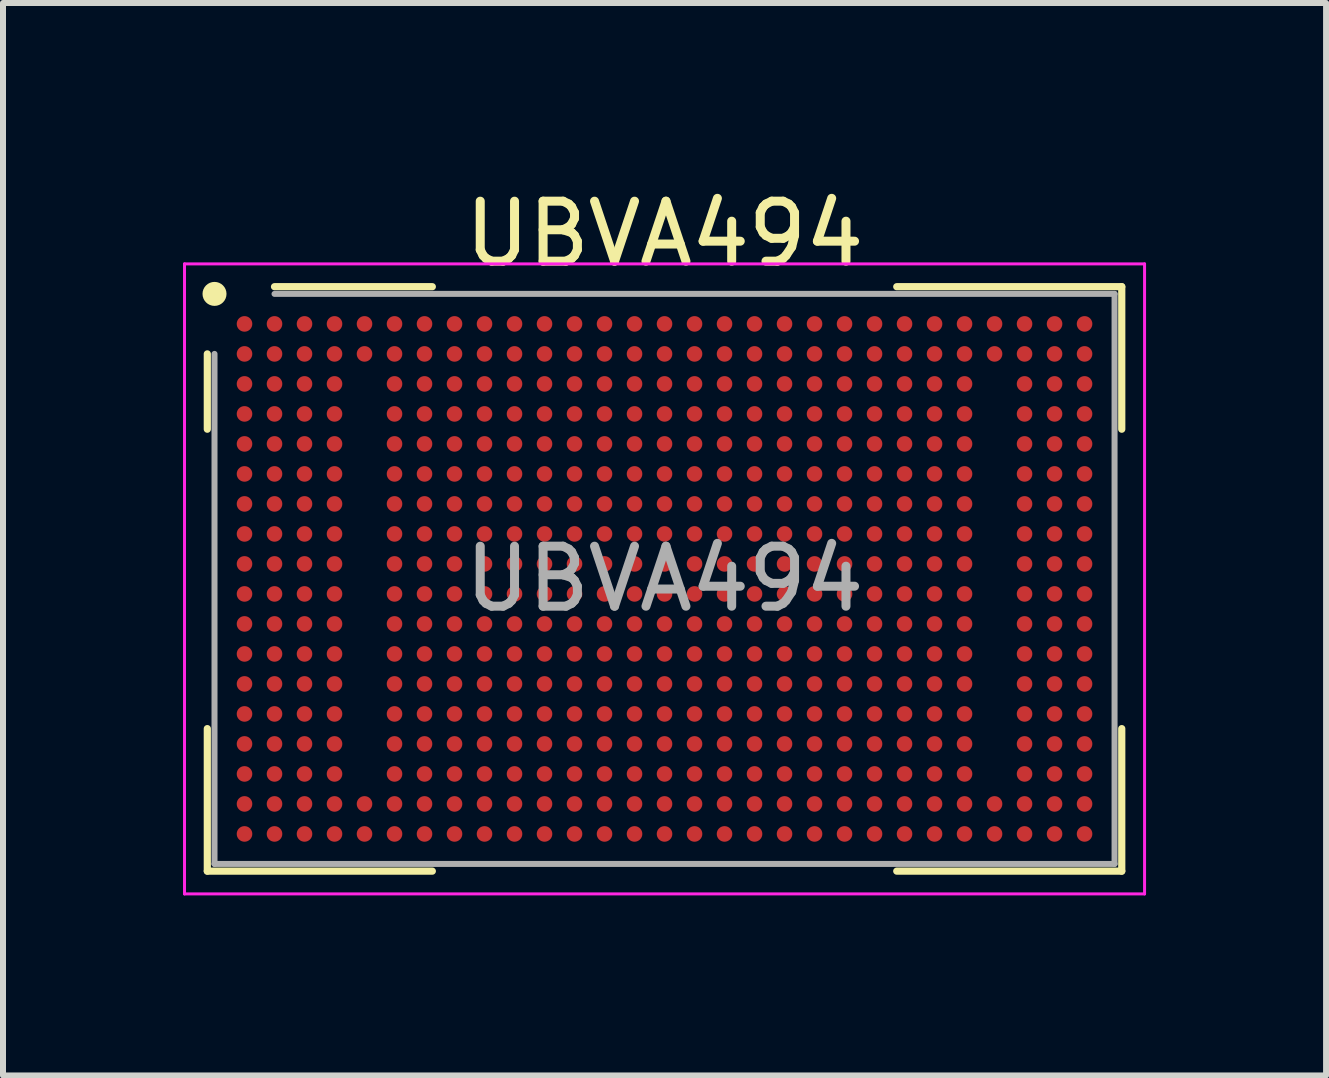
<source format=kicad_pcb>
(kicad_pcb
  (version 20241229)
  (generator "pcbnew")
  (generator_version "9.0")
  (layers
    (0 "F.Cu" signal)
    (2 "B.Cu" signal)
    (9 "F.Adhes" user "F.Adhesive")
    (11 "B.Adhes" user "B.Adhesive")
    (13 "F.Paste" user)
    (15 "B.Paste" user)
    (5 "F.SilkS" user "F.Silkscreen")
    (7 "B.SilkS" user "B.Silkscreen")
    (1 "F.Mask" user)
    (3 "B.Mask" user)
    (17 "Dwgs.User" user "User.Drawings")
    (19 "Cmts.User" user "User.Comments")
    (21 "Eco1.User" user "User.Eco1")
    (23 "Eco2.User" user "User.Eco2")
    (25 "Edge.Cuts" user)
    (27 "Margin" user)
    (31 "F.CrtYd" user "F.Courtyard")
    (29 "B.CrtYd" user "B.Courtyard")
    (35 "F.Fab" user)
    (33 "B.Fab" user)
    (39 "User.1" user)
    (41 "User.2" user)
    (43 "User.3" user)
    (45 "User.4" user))
  (footprint "UBVA494"
    (layer "F.Cu")
    (at 8.025 6.598)
    (property "Reference" "UBVA494" (at 0 -5.75 0) (layer "F.SilkS") (effects (font (size 1 1) (thickness 0.15))))
    (attr smd)
    (fp_line (start -7.62 -3.75) (end -7.62 -2.495) (stroke (width 0.12) (type default)) (layer "F.SilkS"))
    (fp_line (start -7.62 4.87) (end -7.62 2.495) (stroke (width 0.12) (type default)) (layer "F.SilkS"))
    (fp_line (start -3.87 -4.87) (end -6.5 -4.87) (stroke (width 0.12) (type default)) (layer "F.SilkS"))
    (fp_line (start -3.87 4.87) (end -7.62 4.87) (stroke (width 0.12) (type default)) (layer "F.SilkS"))
    (fp_line (start 3.87 -4.87) (end 7.62 -4.87) (stroke (width 0.12) (type default)) (layer "F.SilkS"))
    (fp_line (start 3.87 4.87) (end 7.62 4.87) (stroke (width 0.12) (type default)) (layer "F.SilkS"))
    (fp_line (start 7.62 -4.87) (end 7.62 -2.495) (stroke (width 0.12) (type default)) (layer "F.SilkS"))
    (fp_line (start 7.62 4.87) (end 7.62 2.495) (stroke (width 0.12) (type default)) (layer "F.SilkS"))
    (fp_circle (center -7.5 -4.75) (end -7.5 -4.65) (stroke (width 0.2) (type default)) (fill no) (layer "F.SilkS"))
    (fp_line (start -8 -5.25) (end 8 -5.25) (stroke (width 0.05) (type default)) (layer "F.CrtYd"))
    (fp_line (start -8 5.25) (end -8 -5.25) (stroke (width 0.05) (type default)) (layer "F.CrtYd"))
    (fp_line (start 8 -5.25) (end 8 5.25) (stroke (width 0.05) (type default)) (layer "F.CrtYd"))
    (fp_line (start 8 5.25) (end -8 5.25) (stroke (width 0.05) (type default)) (layer "F.CrtYd"))
    (fp_line (start -7.5 -3.75) (end -7.5 4.75) (stroke (width 0.1) (type default)) (layer "F.Fab"))
    (fp_line (start -7.5 4.75) (end 7.5 4.75) (stroke (width 0.1) (type default)) (layer "F.Fab"))
    (fp_line (start 7.5 -4.75) (end -6.5 -4.75) (stroke (width 0.1) (type default)) (layer "F.Fab"))
    (fp_line (start 7.5 4.75) (end 7.5 -4.75) (stroke (width 0.1) (type default)) (layer "F.Fab"))
    (fp_text user "${REFERENCE}" (at 0 0 0) (layer "F.Fab") (effects (font (size 1 1) (thickness 0.15))))
    (pad "A1" smd circle (at -7 -4.25) (size 0.26 0.26) (layers "F.Cu" "F.Mask" "F.Paste"))
    (pad "A2" smd circle (at -6.5 -4.25) (size 0.26 0.26) (layers "F.Cu" "F.Mask" "F.Paste"))
    (pad "A3" smd circle (at -6 -4.25) (size 0.26 0.26) (layers "F.Cu" "F.Mask" "F.Paste"))
    (pad "A4" smd circle (at -5.5 -4.25) (size 0.26 0.26) (layers "F.Cu" "F.Mask" "F.Paste"))
    (pad "A5" smd circle (at -5 -4.25) (size 0.26 0.26) (layers "F.Cu" "F.Mask" "F.Paste"))
    (pad "A6" smd circle (at -4.5 -4.25) (size 0.26 0.26) (layers "F.Cu" "F.Mask" "F.Paste"))
    (pad "A7" smd circle (at -4 -4.25) (size 0.26 0.26) (layers "F.Cu" "F.Mask" "F.Paste"))
    (pad "A8" smd circle (at -3.5 -4.25) (size 0.26 0.26) (layers "F.Cu" "F.Mask" "F.Paste"))
    (pad "A9" smd circle (at -3 -4.25) (size 0.26 0.26) (layers "F.Cu" "F.Mask" "F.Paste"))
    (pad "A10" smd circle (at -2.5 -4.25) (size 0.26 0.26) (layers "F.Cu" "F.Mask" "F.Paste"))
    (pad "A11" smd circle (at -2 -4.25) (size 0.26 0.26) (layers "F.Cu" "F.Mask" "F.Paste"))
    (pad "A12" smd circle (at -1.5 -4.25) (size 0.26 0.26) (layers "F.Cu" "F.Mask" "F.Paste"))
    (pad "A13" smd circle (at -1 -4.25) (size 0.26 0.26) (layers "F.Cu" "F.Mask" "F.Paste"))
    (pad "A14" smd circle (at -0.5 -4.25) (size 0.26 0.26) (layers "F.Cu" "F.Mask" "F.Paste"))
    (pad "A15" smd circle (at 0 -4.25) (size 0.26 0.26) (layers "F.Cu" "F.Mask" "F.Paste"))
    (pad "A16" smd circle (at 0.5 -4.25) (size 0.26 0.26) (layers "F.Cu" "F.Mask" "F.Paste"))
    (pad "A17" smd circle (at 1 -4.25) (size 0.26 0.26) (layers "F.Cu" "F.Mask" "F.Paste"))
    (pad "A18" smd circle (at 1.5 -4.25) (size 0.26 0.26) (layers "F.Cu" "F.Mask" "F.Paste"))
    (pad "A19" smd circle (at 2 -4.25) (size 0.26 0.26) (layers "F.Cu" "F.Mask" "F.Paste"))
    (pad "A20" smd circle (at 2.5 -4.25) (size 0.26 0.26) (layers "F.Cu" "F.Mask" "F.Paste"))
    (pad "A21" smd circle (at 3 -4.25) (size 0.26 0.26) (layers "F.Cu" "F.Mask" "F.Paste"))
    (pad "A22" smd circle (at 3.5 -4.25) (size 0.26 0.26) (layers "F.Cu" "F.Mask" "F.Paste"))
    (pad "A23" smd circle (at 4 -4.25) (size 0.26 0.26) (layers "F.Cu" "F.Mask" "F.Paste"))
    (pad "A24" smd circle (at 4.5 -4.25) (size 0.26 0.26) (layers "F.Cu" "F.Mask" "F.Paste"))
    (pad "A25" smd circle (at 5 -4.25) (size 0.26 0.26) (layers "F.Cu" "F.Mask" "F.Paste"))
    (pad "A26" smd circle (at 5.5 -4.25) (size 0.26 0.26) (layers "F.Cu" "F.Mask" "F.Paste"))
    (pad "A27" smd circle (at 6 -4.25) (size 0.26 0.26) (layers "F.Cu" "F.Mask" "F.Paste"))
    (pad "A28" smd circle (at 6.5 -4.25) (size 0.26 0.26) (layers "F.Cu" "F.Mask" "F.Paste"))
    (pad "A29" smd circle (at 7 -4.25) (size 0.26 0.26) (layers "F.Cu" "F.Mask" "F.Paste"))
    (pad "B1" smd circle (at -7 -3.75) (size 0.26 0.26) (layers "F.Cu" "F.Mask" "F.Paste"))
    (pad "B2" smd circle (at -6.5 -3.75) (size 0.26 0.26) (layers "F.Cu" "F.Mask" "F.Paste"))
    (pad "B3" smd circle (at -6 -3.75) (size 0.26 0.26) (layers "F.Cu" "F.Mask" "F.Paste"))
    (pad "B4" smd circle (at -5.5 -3.75) (size 0.26 0.26) (layers "F.Cu" "F.Mask" "F.Paste"))
    (pad "B5" smd circle (at -5 -3.75) (size 0.26 0.26) (layers "F.Cu" "F.Mask" "F.Paste"))
    (pad "B6" smd circle (at -4.5 -3.75) (size 0.26 0.26) (layers "F.Cu" "F.Mask" "F.Paste"))
    (pad "B7" smd circle (at -4 -3.75) (size 0.26 0.26) (layers "F.Cu" "F.Mask" "F.Paste"))
    (pad "B8" smd circle (at -3.5 -3.75) (size 0.26 0.26) (layers "F.Cu" "F.Mask" "F.Paste"))
    (pad "B9" smd circle (at -3 -3.75) (size 0.26 0.26) (layers "F.Cu" "F.Mask" "F.Paste"))
    (pad "B10" smd circle (at -2.5 -3.75) (size 0.26 0.26) (layers "F.Cu" "F.Mask" "F.Paste"))
    (pad "B11" smd circle (at -2 -3.75) (size 0.26 0.26) (layers "F.Cu" "F.Mask" "F.Paste"))
    (pad "B12" smd circle (at -1.5 -3.75) (size 0.26 0.26) (layers "F.Cu" "F.Mask" "F.Paste"))
    (pad "B13" smd circle (at -1 -3.75) (size 0.26 0.26) (layers "F.Cu" "F.Mask" "F.Paste"))
    (pad "B14" smd circle (at -0.5 -3.75) (size 0.26 0.26) (layers "F.Cu" "F.Mask" "F.Paste"))
    (pad "B15" smd circle (at 0 -3.75) (size 0.26 0.26) (layers "F.Cu" "F.Mask" "F.Paste"))
    (pad "B16" smd circle (at 0.5 -3.75) (size 0.26 0.26) (layers "F.Cu" "F.Mask" "F.Paste"))
    (pad "B17" smd circle (at 1 -3.75) (size 0.26 0.26) (layers "F.Cu" "F.Mask" "F.Paste"))
    (pad "B18" smd circle (at 1.5 -3.75) (size 0.26 0.26) (layers "F.Cu" "F.Mask" "F.Paste"))
    (pad "B19" smd circle (at 2 -3.75) (size 0.26 0.26) (layers "F.Cu" "F.Mask" "F.Paste"))
    (pad "B20" smd circle (at 2.5 -3.75) (size 0.26 0.26) (layers "F.Cu" "F.Mask" "F.Paste"))
    (pad "B21" smd circle (at 3 -3.75) (size 0.26 0.26) (layers "F.Cu" "F.Mask" "F.Paste"))
    (pad "B22" smd circle (at 3.5 -3.75) (size 0.26 0.26) (layers "F.Cu" "F.Mask" "F.Paste"))
    (pad "B23" smd circle (at 4 -3.75) (size 0.26 0.26) (layers "F.Cu" "F.Mask" "F.Paste"))
    (pad "B24" smd circle (at 4.5 -3.75) (size 0.26 0.26) (layers "F.Cu" "F.Mask" "F.Paste"))
    (pad "B25" smd circle (at 5 -3.75) (size 0.26 0.26) (layers "F.Cu" "F.Mask" "F.Paste"))
    (pad "B26" smd circle (at 5.5 -3.75) (size 0.26 0.26) (layers "F.Cu" "F.Mask" "F.Paste"))
    (pad "B27" smd circle (at 6 -3.75) (size 0.26 0.26) (layers "F.Cu" "F.Mask" "F.Paste"))
    (pad "B28" smd circle (at 6.5 -3.75) (size 0.26 0.26) (layers "F.Cu" "F.Mask" "F.Paste"))
    (pad "B29" smd circle (at 7 -3.75) (size 0.26 0.26) (layers "F.Cu" "F.Mask" "F.Paste"))
    (pad "C1" smd circle (at -7 -3.25) (size 0.26 0.26) (layers "F.Cu" "F.Mask" "F.Paste"))
    (pad "C2" smd circle (at -6.5 -3.25) (size 0.26 0.26) (layers "F.Cu" "F.Mask" "F.Paste"))
    (pad "C3" smd circle (at -6 -3.25) (size 0.26 0.26) (layers "F.Cu" "F.Mask" "F.Paste"))
    (pad "C4" smd circle (at -5.5 -3.25) (size 0.26 0.26) (layers "F.Cu" "F.Mask" "F.Paste"))
    (pad "C6" smd circle (at -4.5 -3.25) (size 0.26 0.26) (layers "F.Cu" "F.Mask" "F.Paste"))
    (pad "C7" smd circle (at -4 -3.25) (size 0.26 0.26) (layers "F.Cu" "F.Mask" "F.Paste"))
    (pad "C8" smd circle (at -3.5 -3.25) (size 0.26 0.26) (layers "F.Cu" "F.Mask" "F.Paste"))
    (pad "C9" smd circle (at -3 -3.25) (size 0.26 0.26) (layers "F.Cu" "F.Mask" "F.Paste"))
    (pad "C10" smd circle (at -2.5 -3.25) (size 0.26 0.26) (layers "F.Cu" "F.Mask" "F.Paste"))
    (pad "C11" smd circle (at -2 -3.25) (size 0.26 0.26) (layers "F.Cu" "F.Mask" "F.Paste"))
    (pad "C12" smd circle (at -1.5 -3.25) (size 0.26 0.26) (layers "F.Cu" "F.Mask" "F.Paste"))
    (pad "C13" smd circle (at -1 -3.25) (size 0.26 0.26) (layers "F.Cu" "F.Mask" "F.Paste"))
    (pad "C14" smd circle (at -0.5 -3.25) (size 0.26 0.26) (layers "F.Cu" "F.Mask" "F.Paste"))
    (pad "C15" smd circle (at 0 -3.25) (size 0.26 0.26) (layers "F.Cu" "F.Mask" "F.Paste"))
    (pad "C16" smd circle (at 0.5 -3.25) (size 0.26 0.26) (layers "F.Cu" "F.Mask" "F.Paste"))
    (pad "C17" smd circle (at 1 -3.25) (size 0.26 0.26) (layers "F.Cu" "F.Mask" "F.Paste"))
    (pad "C18" smd circle (at 1.5 -3.25) (size 0.26 0.26) (layers "F.Cu" "F.Mask" "F.Paste"))
    (pad "C19" smd circle (at 2 -3.25) (size 0.26 0.26) (layers "F.Cu" "F.Mask" "F.Paste"))
    (pad "C20" smd circle (at 2.5 -3.25) (size 0.26 0.26) (layers "F.Cu" "F.Mask" "F.Paste"))
    (pad "C21" smd circle (at 3 -3.25) (size 0.26 0.26) (layers "F.Cu" "F.Mask" "F.Paste"))
    (pad "C22" smd circle (at 3.5 -3.25) (size 0.26 0.26) (layers "F.Cu" "F.Mask" "F.Paste"))
    (pad "C23" smd circle (at 4 -3.25) (size 0.26 0.26) (layers "F.Cu" "F.Mask" "F.Paste"))
    (pad "C24" smd circle (at 4.5 -3.25) (size 0.26 0.26) (layers "F.Cu" "F.Mask" "F.Paste"))
    (pad "C25" smd circle (at 5 -3.25) (size 0.26 0.26) (layers "F.Cu" "F.Mask" "F.Paste"))
    (pad "C27" smd circle (at 6 -3.25) (size 0.26 0.26) (layers "F.Cu" "F.Mask" "F.Paste"))
    (pad "C28" smd circle (at 6.5 -3.25) (size 0.26 0.26) (layers "F.Cu" "F.Mask" "F.Paste"))
    (pad "C29" smd circle (at 7 -3.25) (size 0.26 0.26) (layers "F.Cu" "F.Mask" "F.Paste"))
    (pad "D1" smd circle (at -7 -2.75) (size 0.26 0.26) (layers "F.Cu" "F.Mask" "F.Paste"))
    (pad "D2" smd circle (at -6.5 -2.75) (size 0.26 0.26) (layers "F.Cu" "F.Mask" "F.Paste"))
    (pad "D3" smd circle (at -6 -2.75) (size 0.26 0.26) (layers "F.Cu" "F.Mask" "F.Paste"))
    (pad "D4" smd circle (at -5.5 -2.75) (size 0.26 0.26) (layers "F.Cu" "F.Mask" "F.Paste"))
    (pad "D6" smd circle (at -4.5 -2.75) (size 0.26 0.26) (layers "F.Cu" "F.Mask" "F.Paste"))
    (pad "D7" smd circle (at -4 -2.75) (size 0.26 0.26) (layers "F.Cu" "F.Mask" "F.Paste"))
    (pad "D8" smd circle (at -3.5 -2.75) (size 0.26 0.26) (layers "F.Cu" "F.Mask" "F.Paste"))
    (pad "D9" smd circle (at -3 -2.75) (size 0.26 0.26) (layers "F.Cu" "F.Mask" "F.Paste"))
    (pad "D10" smd circle (at -2.5 -2.75) (size 0.26 0.26) (layers "F.Cu" "F.Mask" "F.Paste"))
    (pad "D11" smd circle (at -2 -2.75) (size 0.26 0.26) (layers "F.Cu" "F.Mask" "F.Paste"))
    (pad "D12" smd circle (at -1.5 -2.75) (size 0.26 0.26) (layers "F.Cu" "F.Mask" "F.Paste"))
    (pad "D13" smd circle (at -1 -2.75) (size 0.26 0.26) (layers "F.Cu" "F.Mask" "F.Paste"))
    (pad "D14" smd circle (at -0.5 -2.75) (size 0.26 0.26) (layers "F.Cu" "F.Mask" "F.Paste"))
    (pad "D15" smd circle (at 0 -2.75) (size 0.26 0.26) (layers "F.Cu" "F.Mask" "F.Paste"))
    (pad "D16" smd circle (at 0.5 -2.75) (size 0.26 0.26) (layers "F.Cu" "F.Mask" "F.Paste"))
    (pad "D17" smd circle (at 1 -2.75) (size 0.26 0.26) (layers "F.Cu" "F.Mask" "F.Paste"))
    (pad "D18" smd circle (at 1.5 -2.75) (size 0.26 0.26) (layers "F.Cu" "F.Mask" "F.Paste"))
    (pad "D19" smd circle (at 2 -2.75) (size 0.26 0.26) (layers "F.Cu" "F.Mask" "F.Paste"))
    (pad "D20" smd circle (at 2.5 -2.75) (size 0.26 0.26) (layers "F.Cu" "F.Mask" "F.Paste"))
    (pad "D21" smd circle (at 3 -2.75) (size 0.26 0.26) (layers "F.Cu" "F.Mask" "F.Paste"))
    (pad "D22" smd circle (at 3.5 -2.75) (size 0.26 0.26) (layers "F.Cu" "F.Mask" "F.Paste"))
    (pad "D23" smd circle (at 4 -2.75) (size 0.26 0.26) (layers "F.Cu" "F.Mask" "F.Paste"))
    (pad "D24" smd circle (at 4.5 -2.75) (size 0.26 0.26) (layers "F.Cu" "F.Mask" "F.Paste"))
    (pad "D25" smd circle (at 5 -2.75) (size 0.26 0.26) (layers "F.Cu" "F.Mask" "F.Paste"))
    (pad "D27" smd circle (at 6 -2.75) (size 0.26 0.26) (layers "F.Cu" "F.Mask" "F.Paste"))
    (pad "D28" smd circle (at 6.5 -2.75) (size 0.26 0.26) (layers "F.Cu" "F.Mask" "F.Paste"))
    (pad "D29" smd circle (at 7 -2.75) (size 0.26 0.26) (layers "F.Cu" "F.Mask" "F.Paste"))
    (pad "E1" smd circle (at -7 -2.25) (size 0.26 0.26) (layers "F.Cu" "F.Mask" "F.Paste"))
    (pad "E2" smd circle (at -6.5 -2.25) (size 0.26 0.26) (layers "F.Cu" "F.Mask" "F.Paste"))
    (pad "E3" smd circle (at -6 -2.25) (size 0.26 0.26) (layers "F.Cu" "F.Mask" "F.Paste"))
    (pad "E4" smd circle (at -5.5 -2.25) (size 0.26 0.26) (layers "F.Cu" "F.Mask" "F.Paste"))
    (pad "E6" smd circle (at -4.5 -2.25) (size 0.26 0.26) (layers "F.Cu" "F.Mask" "F.Paste"))
    (pad "E7" smd circle (at -4 -2.25) (size 0.26 0.26) (layers "F.Cu" "F.Mask" "F.Paste"))
    (pad "E8" smd circle (at -3.5 -2.25) (size 0.26 0.26) (layers "F.Cu" "F.Mask" "F.Paste"))
    (pad "E9" smd circle (at -3 -2.25) (size 0.26 0.26) (layers "F.Cu" "F.Mask" "F.Paste"))
    (pad "E10" smd circle (at -2.5 -2.25) (size 0.26 0.26) (layers "F.Cu" "F.Mask" "F.Paste"))
    (pad "E11" smd circle (at -2 -2.25) (size 0.26 0.26) (layers "F.Cu" "F.Mask" "F.Paste"))
    (pad "E12" smd circle (at -1.5 -2.25) (size 0.26 0.26) (layers "F.Cu" "F.Mask" "F.Paste"))
    (pad "E13" smd circle (at -1 -2.25) (size 0.26 0.26) (layers "F.Cu" "F.Mask" "F.Paste"))
    (pad "E14" smd circle (at -0.5 -2.25) (size 0.26 0.26) (layers "F.Cu" "F.Mask" "F.Paste"))
    (pad "E15" smd circle (at 0 -2.25) (size 0.26 0.26) (layers "F.Cu" "F.Mask" "F.Paste"))
    (pad "E16" smd circle (at 0.5 -2.25) (size 0.26 0.26) (layers "F.Cu" "F.Mask" "F.Paste"))
    (pad "E17" smd circle (at 1 -2.25) (size 0.26 0.26) (layers "F.Cu" "F.Mask" "F.Paste"))
    (pad "E18" smd circle (at 1.5 -2.25) (size 0.26 0.26) (layers "F.Cu" "F.Mask" "F.Paste"))
    (pad "E19" smd circle (at 2 -2.25) (size 0.26 0.26) (layers "F.Cu" "F.Mask" "F.Paste"))
    (pad "E20" smd circle (at 2.5 -2.25) (size 0.26 0.26) (layers "F.Cu" "F.Mask" "F.Paste"))
    (pad "E21" smd circle (at 3 -2.25) (size 0.26 0.26) (layers "F.Cu" "F.Mask" "F.Paste"))
    (pad "E22" smd circle (at 3.5 -2.25) (size 0.26 0.26) (layers "F.Cu" "F.Mask" "F.Paste"))
    (pad "E23" smd circle (at 4 -2.25) (size 0.26 0.26) (layers "F.Cu" "F.Mask" "F.Paste"))
    (pad "E24" smd circle (at 4.5 -2.25) (size 0.26 0.26) (layers "F.Cu" "F.Mask" "F.Paste"))
    (pad "E25" smd circle (at 5 -2.25) (size 0.26 0.26) (layers "F.Cu" "F.Mask" "F.Paste"))
    (pad "E27" smd circle (at 6 -2.25) (size 0.26 0.26) (layers "F.Cu" "F.Mask" "F.Paste"))
    (pad "E28" smd circle (at 6.5 -2.25) (size 0.26 0.26) (layers "F.Cu" "F.Mask" "F.Paste"))
    (pad "E29" smd circle (at 7 -2.25) (size 0.26 0.26) (layers "F.Cu" "F.Mask" "F.Paste"))
    (pad "F1" smd circle (at -7 -1.75) (size 0.26 0.26) (layers "F.Cu" "F.Mask" "F.Paste"))
    (pad "F2" smd circle (at -6.5 -1.75) (size 0.26 0.26) (layers "F.Cu" "F.Mask" "F.Paste"))
    (pad "F3" smd circle (at -6 -1.75) (size 0.26 0.26) (layers "F.Cu" "F.Mask" "F.Paste"))
    (pad "F4" smd circle (at -5.5 -1.75) (size 0.26 0.26) (layers "F.Cu" "F.Mask" "F.Paste"))
    (pad "F6" smd circle (at -4.5 -1.75) (size 0.26 0.26) (layers "F.Cu" "F.Mask" "F.Paste"))
    (pad "F7" smd circle (at -4 -1.75) (size 0.26 0.26) (layers "F.Cu" "F.Mask" "F.Paste"))
    (pad "F8" smd circle (at -3.5 -1.75) (size 0.26 0.26) (layers "F.Cu" "F.Mask" "F.Paste"))
    (pad "F9" smd circle (at -3 -1.75) (size 0.26 0.26) (layers "F.Cu" "F.Mask" "F.Paste"))
    (pad "F10" smd circle (at -2.5 -1.75) (size 0.26 0.26) (layers "F.Cu" "F.Mask" "F.Paste"))
    (pad "F11" smd circle (at -2 -1.75) (size 0.26 0.26) (layers "F.Cu" "F.Mask" "F.Paste"))
    (pad "F12" smd circle (at -1.5 -1.75) (size 0.26 0.26) (layers "F.Cu" "F.Mask" "F.Paste"))
    (pad "F13" smd circle (at -1 -1.75) (size 0.26 0.26) (layers "F.Cu" "F.Mask" "F.Paste"))
    (pad "F14" smd circle (at -0.5 -1.75) (size 0.26 0.26) (layers "F.Cu" "F.Mask" "F.Paste"))
    (pad "F15" smd circle (at 0 -1.75) (size 0.26 0.26) (layers "F.Cu" "F.Mask" "F.Paste"))
    (pad "F16" smd circle (at 0.5 -1.75) (size 0.26 0.26) (layers "F.Cu" "F.Mask" "F.Paste"))
    (pad "F17" smd circle (at 1 -1.75) (size 0.26 0.26) (layers "F.Cu" "F.Mask" "F.Paste"))
    (pad "F18" smd circle (at 1.5 -1.75) (size 0.26 0.26) (layers "F.Cu" "F.Mask" "F.Paste"))
    (pad "F19" smd circle (at 2 -1.75) (size 0.26 0.26) (layers "F.Cu" "F.Mask" "F.Paste"))
    (pad "F20" smd circle (at 2.5 -1.75) (size 0.26 0.26) (layers "F.Cu" "F.Mask" "F.Paste"))
    (pad "F21" smd circle (at 3 -1.75) (size 0.26 0.26) (layers "F.Cu" "F.Mask" "F.Paste"))
    (pad "F22" smd circle (at 3.5 -1.75) (size 0.26 0.26) (layers "F.Cu" "F.Mask" "F.Paste"))
    (pad "F23" smd circle (at 4 -1.75) (size 0.26 0.26) (layers "F.Cu" "F.Mask" "F.Paste"))
    (pad "F24" smd circle (at 4.5 -1.75) (size 0.26 0.26) (layers "F.Cu" "F.Mask" "F.Paste"))
    (pad "F25" smd circle (at 5 -1.75) (size 0.26 0.26) (layers "F.Cu" "F.Mask" "F.Paste"))
    (pad "F27" smd circle (at 6 -1.75) (size 0.26 0.26) (layers "F.Cu" "F.Mask" "F.Paste"))
    (pad "F28" smd circle (at 6.5 -1.75) (size 0.26 0.26) (layers "F.Cu" "F.Mask" "F.Paste"))
    (pad "F29" smd circle (at 7 -1.75) (size 0.26 0.26) (layers "F.Cu" "F.Mask" "F.Paste"))
    (pad "G1" smd circle (at -7 -1.25) (size 0.26 0.26) (layers "F.Cu" "F.Mask" "F.Paste"))
    (pad "G2" smd circle (at -6.5 -1.25) (size 0.26 0.26) (layers "F.Cu" "F.Mask" "F.Paste"))
    (pad "G3" smd circle (at -6 -1.25) (size 0.26 0.26) (layers "F.Cu" "F.Mask" "F.Paste"))
    (pad "G4" smd circle (at -5.5 -1.25) (size 0.26 0.26) (layers "F.Cu" "F.Mask" "F.Paste"))
    (pad "G6" smd circle (at -4.5 -1.25) (size 0.26 0.26) (layers "F.Cu" "F.Mask" "F.Paste"))
    (pad "G7" smd circle (at -4 -1.25) (size 0.26 0.26) (layers "F.Cu" "F.Mask" "F.Paste"))
    (pad "G8" smd circle (at -3.5 -1.25) (size 0.26 0.26) (layers "F.Cu" "F.Mask" "F.Paste"))
    (pad "G9" smd circle (at -3 -1.25) (size 0.26 0.26) (layers "F.Cu" "F.Mask" "F.Paste"))
    (pad "G10" smd circle (at -2.5 -1.25) (size 0.26 0.26) (layers "F.Cu" "F.Mask" "F.Paste"))
    (pad "G11" smd circle (at -2 -1.25) (size 0.26 0.26) (layers "F.Cu" "F.Mask" "F.Paste"))
    (pad "G12" smd circle (at -1.5 -1.25) (size 0.26 0.26) (layers "F.Cu" "F.Mask" "F.Paste"))
    (pad "G13" smd circle (at -1 -1.25) (size 0.26 0.26) (layers "F.Cu" "F.Mask" "F.Paste"))
    (pad "G14" smd circle (at -0.5 -1.25) (size 0.26 0.26) (layers "F.Cu" "F.Mask" "F.Paste"))
    (pad "G15" smd circle (at 0 -1.25) (size 0.26 0.26) (layers "F.Cu" "F.Mask" "F.Paste"))
    (pad "G16" smd circle (at 0.5 -1.25) (size 0.26 0.26) (layers "F.Cu" "F.Mask" "F.Paste"))
    (pad "G17" smd circle (at 1 -1.25) (size 0.26 0.26) (layers "F.Cu" "F.Mask" "F.Paste"))
    (pad "G18" smd circle (at 1.5 -1.25) (size 0.26 0.26) (layers "F.Cu" "F.Mask" "F.Paste"))
    (pad "G19" smd circle (at 2 -1.25) (size 0.26 0.26) (layers "F.Cu" "F.Mask" "F.Paste"))
    (pad "G20" smd circle (at 2.5 -1.25) (size 0.26 0.26) (layers "F.Cu" "F.Mask" "F.Paste"))
    (pad "G21" smd circle (at 3 -1.25) (size 0.26 0.26) (layers "F.Cu" "F.Mask" "F.Paste"))
    (pad "G22" smd circle (at 3.5 -1.25) (size 0.26 0.26) (layers "F.Cu" "F.Mask" "F.Paste"))
    (pad "G23" smd circle (at 4 -1.25) (size 0.26 0.26) (layers "F.Cu" "F.Mask" "F.Paste"))
    (pad "G24" smd circle (at 4.5 -1.25) (size 0.26 0.26) (layers "F.Cu" "F.Mask" "F.Paste"))
    (pad "G25" smd circle (at 5 -1.25) (size 0.26 0.26) (layers "F.Cu" "F.Mask" "F.Paste"))
    (pad "G27" smd circle (at 6 -1.25) (size 0.26 0.26) (layers "F.Cu" "F.Mask" "F.Paste"))
    (pad "G28" smd circle (at 6.5 -1.25) (size 0.26 0.26) (layers "F.Cu" "F.Mask" "F.Paste"))
    (pad "G29" smd circle (at 7 -1.25) (size 0.26 0.26) (layers "F.Cu" "F.Mask" "F.Paste"))
    (pad "H1" smd circle (at -7 -0.75) (size 0.26 0.26) (layers "F.Cu" "F.Mask" "F.Paste"))
    (pad "H2" smd circle (at -6.5 -0.75) (size 0.26 0.26) (layers "F.Cu" "F.Mask" "F.Paste"))
    (pad "H3" smd circle (at -6 -0.75) (size 0.26 0.26) (layers "F.Cu" "F.Mask" "F.Paste"))
    (pad "H4" smd circle (at -5.5 -0.75) (size 0.26 0.26) (layers "F.Cu" "F.Mask" "F.Paste"))
    (pad "H6" smd circle (at -4.5 -0.75) (size 0.26 0.26) (layers "F.Cu" "F.Mask" "F.Paste"))
    (pad "H7" smd circle (at -4 -0.75) (size 0.26 0.26) (layers "F.Cu" "F.Mask" "F.Paste"))
    (pad "H8" smd circle (at -3.5 -0.75) (size 0.26 0.26) (layers "F.Cu" "F.Mask" "F.Paste"))
    (pad "H9" smd circle (at -3 -0.75) (size 0.26 0.26) (layers "F.Cu" "F.Mask" "F.Paste"))
    (pad "H10" smd circle (at -2.5 -0.75) (size 0.26 0.26) (layers "F.Cu" "F.Mask" "F.Paste"))
    (pad "H11" smd circle (at -2 -0.75) (size 0.26 0.26) (layers "F.Cu" "F.Mask" "F.Paste"))
    (pad "H12" smd circle (at -1.5 -0.75) (size 0.26 0.26) (layers "F.Cu" "F.Mask" "F.Paste"))
    (pad "H13" smd circle (at -1 -0.75) (size 0.26 0.26) (layers "F.Cu" "F.Mask" "F.Paste"))
    (pad "H14" smd circle (at -0.5 -0.75) (size 0.26 0.26) (layers "F.Cu" "F.Mask" "F.Paste"))
    (pad "H15" smd circle (at 0 -0.75) (size 0.26 0.26) (layers "F.Cu" "F.Mask" "F.Paste"))
    (pad "H16" smd circle (at 0.5 -0.75) (size 0.26 0.26) (layers "F.Cu" "F.Mask" "F.Paste"))
    (pad "H17" smd circle (at 1 -0.75) (size 0.26 0.26) (layers "F.Cu" "F.Mask" "F.Paste"))
    (pad "H18" smd circle (at 1.5 -0.75) (size 0.26 0.26) (layers "F.Cu" "F.Mask" "F.Paste"))
    (pad "H19" smd circle (at 2 -0.75) (size 0.26 0.26) (layers "F.Cu" "F.Mask" "F.Paste"))
    (pad "H20" smd circle (at 2.5 -0.75) (size 0.26 0.26) (layers "F.Cu" "F.Mask" "F.Paste"))
    (pad "H21" smd circle (at 3 -0.75) (size 0.26 0.26) (layers "F.Cu" "F.Mask" "F.Paste"))
    (pad "H22" smd circle (at 3.5 -0.75) (size 0.26 0.26) (layers "F.Cu" "F.Mask" "F.Paste"))
    (pad "H23" smd circle (at 4 -0.75) (size 0.26 0.26) (layers "F.Cu" "F.Mask" "F.Paste"))
    (pad "H24" smd circle (at 4.5 -0.75) (size 0.26 0.26) (layers "F.Cu" "F.Mask" "F.Paste"))
    (pad "H25" smd circle (at 5 -0.75) (size 0.26 0.26) (layers "F.Cu" "F.Mask" "F.Paste"))
    (pad "H27" smd circle (at 6 -0.75) (size 0.26 0.26) (layers "F.Cu" "F.Mask" "F.Paste"))
    (pad "H28" smd circle (at 6.5 -0.75) (size 0.26 0.26) (layers "F.Cu" "F.Mask" "F.Paste"))
    (pad "H29" smd circle (at 7 -0.75) (size 0.26 0.26) (layers "F.Cu" "F.Mask" "F.Paste"))
    (pad "J1" smd circle (at -7 -0.25) (size 0.26 0.26) (layers "F.Cu" "F.Mask" "F.Paste"))
    (pad "J2" smd circle (at -6.5 -0.25) (size 0.26 0.26) (layers "F.Cu" "F.Mask" "F.Paste"))
    (pad "J3" smd circle (at -6 -0.25) (size 0.26 0.26) (layers "F.Cu" "F.Mask" "F.Paste"))
    (pad "J4" smd circle (at -5.5 -0.25) (size 0.26 0.26) (layers "F.Cu" "F.Mask" "F.Paste"))
    (pad "J6" smd circle (at -4.5 -0.25) (size 0.26 0.26) (layers "F.Cu" "F.Mask" "F.Paste"))
    (pad "J7" smd circle (at -4 -0.25) (size 0.26 0.26) (layers "F.Cu" "F.Mask" "F.Paste"))
    (pad "J8" smd circle (at -3.5 -0.25) (size 0.26 0.26) (layers "F.Cu" "F.Mask" "F.Paste"))
    (pad "J9" smd circle (at -3 -0.25) (size 0.26 0.26) (layers "F.Cu" "F.Mask" "F.Paste"))
    (pad "J10" smd circle (at -2.5 -0.25) (size 0.26 0.26) (layers "F.Cu" "F.Mask" "F.Paste"))
    (pad "J11" smd circle (at -2 -0.25) (size 0.26 0.26) (layers "F.Cu" "F.Mask" "F.Paste"))
    (pad "J12" smd circle (at -1.5 -0.25) (size 0.26 0.26) (layers "F.Cu" "F.Mask" "F.Paste"))
    (pad "J13" smd circle (at -1 -0.25) (size 0.26 0.26) (layers "F.Cu" "F.Mask" "F.Paste"))
    (pad "J14" smd circle (at -0.5 -0.25) (size 0.26 0.26) (layers "F.Cu" "F.Mask" "F.Paste"))
    (pad "J15" smd circle (at 0 -0.25) (size 0.26 0.26) (layers "F.Cu" "F.Mask" "F.Paste"))
    (pad "J16" smd circle (at 0.5 -0.25) (size 0.26 0.26) (layers "F.Cu" "F.Mask" "F.Paste"))
    (pad "J17" smd circle (at 1 -0.25) (size 0.26 0.26) (layers "F.Cu" "F.Mask" "F.Paste"))
    (pad "J18" smd circle (at 1.5 -0.25) (size 0.26 0.26) (layers "F.Cu" "F.Mask" "F.Paste"))
    (pad "J19" smd circle (at 2 -0.25) (size 0.26 0.26) (layers "F.Cu" "F.Mask" "F.Paste"))
    (pad "J20" smd circle (at 2.5 -0.25) (size 0.26 0.26) (layers "F.Cu" "F.Mask" "F.Paste"))
    (pad "J21" smd circle (at 3 -0.25) (size 0.26 0.26) (layers "F.Cu" "F.Mask" "F.Paste"))
    (pad "J22" smd circle (at 3.5 -0.25) (size 0.26 0.26) (layers "F.Cu" "F.Mask" "F.Paste"))
    (pad "J23" smd circle (at 4 -0.25) (size 0.26 0.26) (layers "F.Cu" "F.Mask" "F.Paste"))
    (pad "J24" smd circle (at 4.5 -0.25) (size 0.26 0.26) (layers "F.Cu" "F.Mask" "F.Paste"))
    (pad "J25" smd circle (at 5 -0.25) (size 0.26 0.26) (layers "F.Cu" "F.Mask" "F.Paste"))
    (pad "J27" smd circle (at 6 -0.25) (size 0.26 0.26) (layers "F.Cu" "F.Mask" "F.Paste"))
    (pad "J28" smd circle (at 6.5 -0.25) (size 0.26 0.26) (layers "F.Cu" "F.Mask" "F.Paste"))
    (pad "J29" smd circle (at 7 -0.25) (size 0.26 0.26) (layers "F.Cu" "F.Mask" "F.Paste"))
    (pad "K1" smd circle (at -7 0.25) (size 0.26 0.26) (layers "F.Cu" "F.Mask" "F.Paste"))
    (pad "K2" smd circle (at -6.5 0.25) (size 0.26 0.26) (layers "F.Cu" "F.Mask" "F.Paste"))
    (pad "K3" smd circle (at -6 0.25) (size 0.26 0.26) (layers "F.Cu" "F.Mask" "F.Paste"))
    (pad "K4" smd circle (at -5.5 0.25) (size 0.26 0.26) (layers "F.Cu" "F.Mask" "F.Paste"))
    (pad "K6" smd circle (at -4.5 0.25) (size 0.26 0.26) (layers "F.Cu" "F.Mask" "F.Paste"))
    (pad "K7" smd circle (at -4 0.25) (size 0.26 0.26) (layers "F.Cu" "F.Mask" "F.Paste"))
    (pad "K8" smd circle (at -3.5 0.25) (size 0.26 0.26) (layers "F.Cu" "F.Mask" "F.Paste"))
    (pad "K9" smd circle (at -3 0.25) (size 0.26 0.26) (layers "F.Cu" "F.Mask" "F.Paste"))
    (pad "K10" smd circle (at -2.5 0.25) (size 0.26 0.26) (layers "F.Cu" "F.Mask" "F.Paste"))
    (pad "K11" smd circle (at -2 0.25) (size 0.26 0.26) (layers "F.Cu" "F.Mask" "F.Paste"))
    (pad "K12" smd circle (at -1.5 0.25) (size 0.26 0.26) (layers "F.Cu" "F.Mask" "F.Paste"))
    (pad "K13" smd circle (at -1 0.25) (size 0.26 0.26) (layers "F.Cu" "F.Mask" "F.Paste"))
    (pad "K14" smd circle (at -0.5 0.25) (size 0.26 0.26) (layers "F.Cu" "F.Mask" "F.Paste"))
    (pad "K15" smd circle (at 0 0.25) (size 0.26 0.26) (layers "F.Cu" "F.Mask" "F.Paste"))
    (pad "K16" smd circle (at 0.5 0.25) (size 0.26 0.26) (layers "F.Cu" "F.Mask" "F.Paste"))
    (pad "K17" smd circle (at 1 0.25) (size 0.26 0.26) (layers "F.Cu" "F.Mask" "F.Paste"))
    (pad "K18" smd circle (at 1.5 0.25) (size 0.26 0.26) (layers "F.Cu" "F.Mask" "F.Paste"))
    (pad "K19" smd circle (at 2 0.25) (size 0.26 0.26) (layers "F.Cu" "F.Mask" "F.Paste"))
    (pad "K20" smd circle (at 2.5 0.25) (size 0.26 0.26) (layers "F.Cu" "F.Mask" "F.Paste"))
    (pad "K21" smd circle (at 3 0.25) (size 0.26 0.26) (layers "F.Cu" "F.Mask" "F.Paste"))
    (pad "K22" smd circle (at 3.5 0.25) (size 0.26 0.26) (layers "F.Cu" "F.Mask" "F.Paste"))
    (pad "K23" smd circle (at 4 0.25) (size 0.26 0.26) (layers "F.Cu" "F.Mask" "F.Paste"))
    (pad "K24" smd circle (at 4.5 0.25) (size 0.26 0.26) (layers "F.Cu" "F.Mask" "F.Paste"))
    (pad "K25" smd circle (at 5 0.25) (size 0.26 0.26) (layers "F.Cu" "F.Mask" "F.Paste"))
    (pad "K27" smd circle (at 6 0.25) (size 0.26 0.26) (layers "F.Cu" "F.Mask" "F.Paste"))
    (pad "K28" smd circle (at 6.5 0.25) (size 0.26 0.26) (layers "F.Cu" "F.Mask" "F.Paste"))
    (pad "K29" smd circle (at 7 0.25) (size 0.26 0.26) (layers "F.Cu" "F.Mask" "F.Paste"))
    (pad "L1" smd circle (at -7 0.75) (size 0.26 0.26) (layers "F.Cu" "F.Mask" "F.Paste"))
    (pad "L2" smd circle (at -6.5 0.75) (size 0.26 0.26) (layers "F.Cu" "F.Mask" "F.Paste"))
    (pad "L3" smd circle (at -6 0.75) (size 0.26 0.26) (layers "F.Cu" "F.Mask" "F.Paste"))
    (pad "L4" smd circle (at -5.5 0.75) (size 0.26 0.26) (layers "F.Cu" "F.Mask" "F.Paste"))
    (pad "L6" smd circle (at -4.5 0.75) (size 0.26 0.26) (layers "F.Cu" "F.Mask" "F.Paste"))
    (pad "L7" smd circle (at -4 0.75) (size 0.26 0.26) (layers "F.Cu" "F.Mask" "F.Paste"))
    (pad "L8" smd circle (at -3.5 0.75) (size 0.26 0.26) (layers "F.Cu" "F.Mask" "F.Paste"))
    (pad "L9" smd circle (at -3 0.75) (size 0.26 0.26) (layers "F.Cu" "F.Mask" "F.Paste"))
    (pad "L10" smd circle (at -2.5 0.75) (size 0.26 0.26) (layers "F.Cu" "F.Mask" "F.Paste"))
    (pad "L11" smd circle (at -2 0.75) (size 0.26 0.26) (layers "F.Cu" "F.Mask" "F.Paste"))
    (pad "L12" smd circle (at -1.5 0.75) (size 0.26 0.26) (layers "F.Cu" "F.Mask" "F.Paste"))
    (pad "L13" smd circle (at -1 0.75) (size 0.26 0.26) (layers "F.Cu" "F.Mask" "F.Paste"))
    (pad "L14" smd circle (at -0.5 0.75) (size 0.26 0.26) (layers "F.Cu" "F.Mask" "F.Paste"))
    (pad "L15" smd circle (at 0 0.75) (size 0.26 0.26) (layers "F.Cu" "F.Mask" "F.Paste"))
    (pad "L16" smd circle (at 0.5 0.75) (size 0.26 0.26) (layers "F.Cu" "F.Mask" "F.Paste"))
    (pad "L17" smd circle (at 1 0.75) (size 0.26 0.26) (layers "F.Cu" "F.Mask" "F.Paste"))
    (pad "L18" smd circle (at 1.5 0.75) (size 0.26 0.26) (layers "F.Cu" "F.Mask" "F.Paste"))
    (pad "L19" smd circle (at 2 0.75) (size 0.26 0.26) (layers "F.Cu" "F.Mask" "F.Paste"))
    (pad "L20" smd circle (at 2.5 0.75) (size 0.26 0.26) (layers "F.Cu" "F.Mask" "F.Paste"))
    (pad "L21" smd circle (at 3 0.75) (size 0.26 0.26) (layers "F.Cu" "F.Mask" "F.Paste"))
    (pad "L22" smd circle (at 3.5 0.75) (size 0.26 0.26) (layers "F.Cu" "F.Mask" "F.Paste"))
    (pad "L23" smd circle (at 4 0.75) (size 0.26 0.26) (layers "F.Cu" "F.Mask" "F.Paste"))
    (pad "L24" smd circle (at 4.5 0.75) (size 0.26 0.26) (layers "F.Cu" "F.Mask" "F.Paste"))
    (pad "L25" smd circle (at 5 0.75) (size 0.26 0.26) (layers "F.Cu" "F.Mask" "F.Paste"))
    (pad "L27" smd circle (at 6 0.75) (size 0.26 0.26) (layers "F.Cu" "F.Mask" "F.Paste"))
    (pad "L28" smd circle (at 6.5 0.75) (size 0.26 0.26) (layers "F.Cu" "F.Mask" "F.Paste"))
    (pad "L29" smd circle (at 7 0.75) (size 0.26 0.26) (layers "F.Cu" "F.Mask" "F.Paste"))
    (pad "M1" smd circle (at -7 1.25) (size 0.26 0.26) (layers "F.Cu" "F.Mask" "F.Paste"))
    (pad "M2" smd circle (at -6.5 1.25) (size 0.26 0.26) (layers "F.Cu" "F.Mask" "F.Paste"))
    (pad "M3" smd circle (at -6 1.25) (size 0.26 0.26) (layers "F.Cu" "F.Mask" "F.Paste"))
    (pad "M4" smd circle (at -5.5 1.25) (size 0.26 0.26) (layers "F.Cu" "F.Mask" "F.Paste"))
    (pad "M6" smd circle (at -4.5 1.25) (size 0.26 0.26) (layers "F.Cu" "F.Mask" "F.Paste"))
    (pad "M7" smd circle (at -4 1.25) (size 0.26 0.26) (layers "F.Cu" "F.Mask" "F.Paste"))
    (pad "M8" smd circle (at -3.5 1.25) (size 0.26 0.26) (layers "F.Cu" "F.Mask" "F.Paste"))
    (pad "M9" smd circle (at -3 1.25) (size 0.26 0.26) (layers "F.Cu" "F.Mask" "F.Paste"))
    (pad "M10" smd circle (at -2.5 1.25) (size 0.26 0.26) (layers "F.Cu" "F.Mask" "F.Paste"))
    (pad "M11" smd circle (at -2 1.25) (size 0.26 0.26) (layers "F.Cu" "F.Mask" "F.Paste"))
    (pad "M12" smd circle (at -1.5 1.25) (size 0.26 0.26) (layers "F.Cu" "F.Mask" "F.Paste"))
    (pad "M13" smd circle (at -1 1.25) (size 0.26 0.26) (layers "F.Cu" "F.Mask" "F.Paste"))
    (pad "M14" smd circle (at -0.5 1.25) (size 0.26 0.26) (layers "F.Cu" "F.Mask" "F.Paste"))
    (pad "M15" smd circle (at 0 1.25) (size 0.26 0.26) (layers "F.Cu" "F.Mask" "F.Paste"))
    (pad "M16" smd circle (at 0.5 1.25) (size 0.26 0.26) (layers "F.Cu" "F.Mask" "F.Paste"))
    (pad "M17" smd circle (at 1 1.25) (size 0.26 0.26) (layers "F.Cu" "F.Mask" "F.Paste"))
    (pad "M18" smd circle (at 1.5 1.25) (size 0.26 0.26) (layers "F.Cu" "F.Mask" "F.Paste"))
    (pad "M19" smd circle (at 2 1.25) (size 0.26 0.26) (layers "F.Cu" "F.Mask" "F.Paste"))
    (pad "M20" smd circle (at 2.5 1.25) (size 0.26 0.26) (layers "F.Cu" "F.Mask" "F.Paste"))
    (pad "M21" smd circle (at 3 1.25) (size 0.26 0.26) (layers "F.Cu" "F.Mask" "F.Paste"))
    (pad "M22" smd circle (at 3.5 1.25) (size 0.26 0.26) (layers "F.Cu" "F.Mask" "F.Paste"))
    (pad "M23" smd circle (at 4 1.25) (size 0.26 0.26) (layers "F.Cu" "F.Mask" "F.Paste"))
    (pad "M24" smd circle (at 4.5 1.25) (size 0.26 0.26) (layers "F.Cu" "F.Mask" "F.Paste"))
    (pad "M25" smd circle (at 5 1.25) (size 0.26 0.26) (layers "F.Cu" "F.Mask" "F.Paste"))
    (pad "M27" smd circle (at 6 1.25) (size 0.26 0.26) (layers "F.Cu" "F.Mask" "F.Paste"))
    (pad "M28" smd circle (at 6.5 1.25) (size 0.26 0.26) (layers "F.Cu" "F.Mask" "F.Paste"))
    (pad "M29" smd circle (at 7 1.25) (size 0.26 0.26) (layers "F.Cu" "F.Mask" "F.Paste"))
    (pad "N1" smd circle (at -7 1.75) (size 0.26 0.26) (layers "F.Cu" "F.Mask" "F.Paste"))
    (pad "N2" smd circle (at -6.5 1.75) (size 0.26 0.26) (layers "F.Cu" "F.Mask" "F.Paste"))
    (pad "N3" smd circle (at -6 1.75) (size 0.26 0.26) (layers "F.Cu" "F.Mask" "F.Paste"))
    (pad "N4" smd circle (at -5.5 1.75) (size 0.26 0.26) (layers "F.Cu" "F.Mask" "F.Paste"))
    (pad "N6" smd circle (at -4.5 1.75) (size 0.26 0.26) (layers "F.Cu" "F.Mask" "F.Paste"))
    (pad "N7" smd circle (at -4 1.75) (size 0.26 0.26) (layers "F.Cu" "F.Mask" "F.Paste"))
    (pad "N8" smd circle (at -3.5 1.75) (size 0.26 0.26) (layers "F.Cu" "F.Mask" "F.Paste"))
    (pad "N9" smd circle (at -3 1.75) (size 0.26 0.26) (layers "F.Cu" "F.Mask" "F.Paste"))
    (pad "N10" smd circle (at -2.5 1.75) (size 0.26 0.26) (layers "F.Cu" "F.Mask" "F.Paste"))
    (pad "N11" smd circle (at -2 1.75) (size 0.26 0.26) (layers "F.Cu" "F.Mask" "F.Paste"))
    (pad "N12" smd circle (at -1.5 1.75) (size 0.26 0.26) (layers "F.Cu" "F.Mask" "F.Paste"))
    (pad "N13" smd circle (at -1 1.75) (size 0.26 0.26) (layers "F.Cu" "F.Mask" "F.Paste"))
    (pad "N14" smd circle (at -0.5 1.75) (size 0.26 0.26) (layers "F.Cu" "F.Mask" "F.Paste"))
    (pad "N15" smd circle (at 0 1.75) (size 0.26 0.26) (layers "F.Cu" "F.Mask" "F.Paste"))
    (pad "N16" smd circle (at 0.5 1.75) (size 0.26 0.26) (layers "F.Cu" "F.Mask" "F.Paste"))
    (pad "N17" smd circle (at 1 1.75) (size 0.26 0.26) (layers "F.Cu" "F.Mask" "F.Paste"))
    (pad "N18" smd circle (at 1.5 1.75) (size 0.26 0.26) (layers "F.Cu" "F.Mask" "F.Paste"))
    (pad "N19" smd circle (at 2 1.75) (size 0.26 0.26) (layers "F.Cu" "F.Mask" "F.Paste"))
    (pad "N20" smd circle (at 2.5 1.75) (size 0.26 0.26) (layers "F.Cu" "F.Mask" "F.Paste"))
    (pad "N21" smd circle (at 3 1.75) (size 0.26 0.26) (layers "F.Cu" "F.Mask" "F.Paste"))
    (pad "N22" smd circle (at 3.5 1.75) (size 0.26 0.26) (layers "F.Cu" "F.Mask" "F.Paste"))
    (pad "N23" smd circle (at 4 1.75) (size 0.26 0.26) (layers "F.Cu" "F.Mask" "F.Paste"))
    (pad "N24" smd circle (at 4.5 1.75) (size 0.26 0.26) (layers "F.Cu" "F.Mask" "F.Paste"))
    (pad "N25" smd circle (at 5 1.75) (size 0.26 0.26) (layers "F.Cu" "F.Mask" "F.Paste"))
    (pad "N27" smd circle (at 6 1.75) (size 0.26 0.26) (layers "F.Cu" "F.Mask" "F.Paste"))
    (pad "N28" smd circle (at 6.5 1.75) (size 0.26 0.26) (layers "F.Cu" "F.Mask" "F.Paste"))
    (pad "N29" smd circle (at 7 1.75) (size 0.26 0.26) (layers "F.Cu" "F.Mask" "F.Paste"))
    (pad "P1" smd circle (at -7 2.25) (size 0.26 0.26) (layers "F.Cu" "F.Mask" "F.Paste"))
    (pad "P2" smd circle (at -6.5 2.25) (size 0.26 0.26) (layers "F.Cu" "F.Mask" "F.Paste"))
    (pad "P3" smd circle (at -6 2.25) (size 0.26 0.26) (layers "F.Cu" "F.Mask" "F.Paste"))
    (pad "P4" smd circle (at -5.5 2.25) (size 0.26 0.26) (layers "F.Cu" "F.Mask" "F.Paste"))
    (pad "P6" smd circle (at -4.5 2.25) (size 0.26 0.26) (layers "F.Cu" "F.Mask" "F.Paste"))
    (pad "P7" smd circle (at -4 2.25) (size 0.26 0.26) (layers "F.Cu" "F.Mask" "F.Paste"))
    (pad "P8" smd circle (at -3.5 2.25) (size 0.26 0.26) (layers "F.Cu" "F.Mask" "F.Paste"))
    (pad "P9" smd circle (at -3 2.25) (size 0.26 0.26) (layers "F.Cu" "F.Mask" "F.Paste"))
    (pad "P10" smd circle (at -2.5 2.25) (size 0.26 0.26) (layers "F.Cu" "F.Mask" "F.Paste"))
    (pad "P11" smd circle (at -2 2.25) (size 0.26 0.26) (layers "F.Cu" "F.Mask" "F.Paste"))
    (pad "P12" smd circle (at -1.5 2.25) (size 0.26 0.26) (layers "F.Cu" "F.Mask" "F.Paste"))
    (pad "P13" smd circle (at -1 2.25) (size 0.26 0.26) (layers "F.Cu" "F.Mask" "F.Paste"))
    (pad "P14" smd circle (at -0.5 2.25) (size 0.26 0.26) (layers "F.Cu" "F.Mask" "F.Paste"))
    (pad "P15" smd circle (at 0 2.25) (size 0.26 0.26) (layers "F.Cu" "F.Mask" "F.Paste"))
    (pad "P16" smd circle (at 0.5 2.25) (size 0.26 0.26) (layers "F.Cu" "F.Mask" "F.Paste"))
    (pad "P17" smd circle (at 1 2.25) (size 0.26 0.26) (layers "F.Cu" "F.Mask" "F.Paste"))
    (pad "P18" smd circle (at 1.5 2.25) (size 0.26 0.26) (layers "F.Cu" "F.Mask" "F.Paste"))
    (pad "P19" smd circle (at 2 2.25) (size 0.26 0.26) (layers "F.Cu" "F.Mask" "F.Paste"))
    (pad "P20" smd circle (at 2.5 2.25) (size 0.26 0.26) (layers "F.Cu" "F.Mask" "F.Paste"))
    (pad "P21" smd circle (at 3 2.25) (size 0.26 0.26) (layers "F.Cu" "F.Mask" "F.Paste"))
    (pad "P22" smd circle (at 3.5 2.25) (size 0.26 0.26) (layers "F.Cu" "F.Mask" "F.Paste"))
    (pad "P23" smd circle (at 4 2.25) (size 0.26 0.26) (layers "F.Cu" "F.Mask" "F.Paste"))
    (pad "P24" smd circle (at 4.5 2.25) (size 0.26 0.26) (layers "F.Cu" "F.Mask" "F.Paste"))
    (pad "P25" smd circle (at 5 2.25) (size 0.26 0.26) (layers "F.Cu" "F.Mask" "F.Paste"))
    (pad "P27" smd circle (at 6 2.25) (size 0.26 0.26) (layers "F.Cu" "F.Mask" "F.Paste"))
    (pad "P28" smd circle (at 6.5 2.25) (size 0.26 0.26) (layers "F.Cu" "F.Mask" "F.Paste"))
    (pad "P29" smd circle (at 7 2.25) (size 0.26 0.26) (layers "F.Cu" "F.Mask" "F.Paste"))
    (pad "R1" smd circle (at -7 2.75) (size 0.26 0.26) (layers "F.Cu" "F.Mask" "F.Paste"))
    (pad "R2" smd circle (at -6.5 2.75) (size 0.26 0.26) (layers "F.Cu" "F.Mask" "F.Paste"))
    (pad "R3" smd circle (at -6 2.75) (size 0.26 0.26) (layers "F.Cu" "F.Mask" "F.Paste"))
    (pad "R4" smd circle (at -5.5 2.75) (size 0.26 0.26) (layers "F.Cu" "F.Mask" "F.Paste"))
    (pad "R6" smd circle (at -4.5 2.75) (size 0.26 0.26) (layers "F.Cu" "F.Mask" "F.Paste"))
    (pad "R7" smd circle (at -4 2.75) (size 0.26 0.26) (layers "F.Cu" "F.Mask" "F.Paste"))
    (pad "R8" smd circle (at -3.5 2.75) (size 0.26 0.26) (layers "F.Cu" "F.Mask" "F.Paste"))
    (pad "R9" smd circle (at -3 2.75) (size 0.26 0.26) (layers "F.Cu" "F.Mask" "F.Paste"))
    (pad "R10" smd circle (at -2.5 2.75) (size 0.26 0.26) (layers "F.Cu" "F.Mask" "F.Paste"))
    (pad "R11" smd circle (at -2 2.75) (size 0.26 0.26) (layers "F.Cu" "F.Mask" "F.Paste"))
    (pad "R12" smd circle (at -1.5 2.75) (size 0.26 0.26) (layers "F.Cu" "F.Mask" "F.Paste"))
    (pad "R13" smd circle (at -1 2.75) (size 0.26 0.26) (layers "F.Cu" "F.Mask" "F.Paste"))
    (pad "R14" smd circle (at -0.5 2.75) (size 0.26 0.26) (layers "F.Cu" "F.Mask" "F.Paste"))
    (pad "R15" smd circle (at 0 2.75) (size 0.26 0.26) (layers "F.Cu" "F.Mask" "F.Paste"))
    (pad "R16" smd circle (at 0.5 2.75) (size 0.26 0.26) (layers "F.Cu" "F.Mask" "F.Paste"))
    (pad "R17" smd circle (at 1 2.75) (size 0.26 0.26) (layers "F.Cu" "F.Mask" "F.Paste"))
    (pad "R18" smd circle (at 1.5 2.75) (size 0.26 0.26) (layers "F.Cu" "F.Mask" "F.Paste"))
    (pad "R19" smd circle (at 2 2.75) (size 0.26 0.26) (layers "F.Cu" "F.Mask" "F.Paste"))
    (pad "R20" smd circle (at 2.5 2.75) (size 0.26 0.26) (layers "F.Cu" "F.Mask" "F.Paste"))
    (pad "R21" smd circle (at 3 2.75) (size 0.26 0.26) (layers "F.Cu" "F.Mask" "F.Paste"))
    (pad "R22" smd circle (at 3.5 2.75) (size 0.26 0.26) (layers "F.Cu" "F.Mask" "F.Paste"))
    (pad "R23" smd circle (at 4 2.75) (size 0.26 0.26) (layers "F.Cu" "F.Mask" "F.Paste"))
    (pad "R24" smd circle (at 4.5 2.75) (size 0.26 0.26) (layers "F.Cu" "F.Mask" "F.Paste"))
    (pad "R25" smd circle (at 5 2.75) (size 0.26 0.26) (layers "F.Cu" "F.Mask" "F.Paste"))
    (pad "R27" smd circle (at 6 2.75) (size 0.26 0.26) (layers "F.Cu" "F.Mask" "F.Paste"))
    (pad "R28" smd circle (at 6.5 2.75) (size 0.26 0.26) (layers "F.Cu" "F.Mask" "F.Paste"))
    (pad "R29" smd circle (at 7 2.75) (size 0.26 0.26) (layers "F.Cu" "F.Mask" "F.Paste"))
    (pad "T1" smd circle (at -7 3.25) (size 0.26 0.26) (layers "F.Cu" "F.Mask" "F.Paste"))
    (pad "T2" smd circle (at -6.5 3.25) (size 0.26 0.26) (layers "F.Cu" "F.Mask" "F.Paste"))
    (pad "T3" smd circle (at -6 3.25) (size 0.26 0.26) (layers "F.Cu" "F.Mask" "F.Paste"))
    (pad "T4" smd circle (at -5.5 3.25) (size 0.26 0.26) (layers "F.Cu" "F.Mask" "F.Paste"))
    (pad "T6" smd circle (at -4.5 3.25) (size 0.26 0.26) (layers "F.Cu" "F.Mask" "F.Paste"))
    (pad "T7" smd circle (at -4 3.25) (size 0.26 0.26) (layers "F.Cu" "F.Mask" "F.Paste"))
    (pad "T8" smd circle (at -3.5 3.25) (size 0.26 0.26) (layers "F.Cu" "F.Mask" "F.Paste"))
    (pad "T9" smd circle (at -3 3.25) (size 0.26 0.26) (layers "F.Cu" "F.Mask" "F.Paste"))
    (pad "T10" smd circle (at -2.5 3.25) (size 0.26 0.26) (layers "F.Cu" "F.Mask" "F.Paste"))
    (pad "T11" smd circle (at -2 3.25) (size 0.26 0.26) (layers "F.Cu" "F.Mask" "F.Paste"))
    (pad "T12" smd circle (at -1.5 3.25) (size 0.26 0.26) (layers "F.Cu" "F.Mask" "F.Paste"))
    (pad "T13" smd circle (at -1 3.25) (size 0.26 0.26) (layers "F.Cu" "F.Mask" "F.Paste"))
    (pad "T14" smd circle (at -0.5 3.25) (size 0.26 0.26) (layers "F.Cu" "F.Mask" "F.Paste"))
    (pad "T15" smd circle (at 0 3.25) (size 0.26 0.26) (layers "F.Cu" "F.Mask" "F.Paste"))
    (pad "T16" smd circle (at 0.5 3.25) (size 0.26 0.26) (layers "F.Cu" "F.Mask" "F.Paste"))
    (pad "T17" smd circle (at 1 3.25) (size 0.26 0.26) (layers "F.Cu" "F.Mask" "F.Paste"))
    (pad "T18" smd circle (at 1.5 3.25) (size 0.26 0.26) (layers "F.Cu" "F.Mask" "F.Paste"))
    (pad "T19" smd circle (at 2 3.25) (size 0.26 0.26) (layers "F.Cu" "F.Mask" "F.Paste"))
    (pad "T20" smd circle (at 2.5 3.25) (size 0.26 0.26) (layers "F.Cu" "F.Mask" "F.Paste"))
    (pad "T21" smd circle (at 3 3.25) (size 0.26 0.26) (layers "F.Cu" "F.Mask" "F.Paste"))
    (pad "T22" smd circle (at 3.5 3.25) (size 0.26 0.26) (layers "F.Cu" "F.Mask" "F.Paste"))
    (pad "T23" smd circle (at 4 3.25) (size 0.26 0.26) (layers "F.Cu" "F.Mask" "F.Paste"))
    (pad "T24" smd circle (at 4.5 3.25) (size 0.26 0.26) (layers "F.Cu" "F.Mask" "F.Paste"))
    (pad "T25" smd circle (at 5 3.25) (size 0.26 0.26) (layers "F.Cu" "F.Mask" "F.Paste"))
    (pad "T27" smd circle (at 6 3.25) (size 0.26 0.26) (layers "F.Cu" "F.Mask" "F.Paste"))
    (pad "T28" smd circle (at 6.5 3.25) (size 0.26 0.26) (layers "F.Cu" "F.Mask" "F.Paste"))
    (pad "T29" smd circle (at 7 3.25) (size 0.26 0.26) (layers "F.Cu" "F.Mask" "F.Paste"))
    (pad "U1" smd circle (at -7 3.75) (size 0.26 0.26) (layers "F.Cu" "F.Mask" "F.Paste"))
    (pad "U2" smd circle (at -6.5 3.75) (size 0.26 0.26) (layers "F.Cu" "F.Mask" "F.Paste"))
    (pad "U3" smd circle (at -6 3.75) (size 0.26 0.26) (layers "F.Cu" "F.Mask" "F.Paste"))
    (pad "U4" smd circle (at -5.5 3.75) (size 0.26 0.26) (layers "F.Cu" "F.Mask" "F.Paste"))
    (pad "U5" smd circle (at -5 3.75) (size 0.26 0.26) (layers "F.Cu" "F.Mask" "F.Paste"))
    (pad "U6" smd circle (at -4.5 3.75) (size 0.26 0.26) (layers "F.Cu" "F.Mask" "F.Paste"))
    (pad "U7" smd circle (at -4 3.75) (size 0.26 0.26) (layers "F.Cu" "F.Mask" "F.Paste"))
    (pad "U8" smd circle (at -3.5 3.75) (size 0.26 0.26) (layers "F.Cu" "F.Mask" "F.Paste"))
    (pad "U9" smd circle (at -3 3.75) (size 0.26 0.26) (layers "F.Cu" "F.Mask" "F.Paste"))
    (pad "U10" smd circle (at -2.5 3.75) (size 0.26 0.26) (layers "F.Cu" "F.Mask" "F.Paste"))
    (pad "U11" smd circle (at -2 3.75) (size 0.26 0.26) (layers "F.Cu" "F.Mask" "F.Paste"))
    (pad "U12" smd circle (at -1.5 3.75) (size 0.26 0.26) (layers "F.Cu" "F.Mask" "F.Paste"))
    (pad "U13" smd circle (at -1 3.75) (size 0.26 0.26) (layers "F.Cu" "F.Mask" "F.Paste"))
    (pad "U14" smd circle (at -0.5 3.75) (size 0.26 0.26) (layers "F.Cu" "F.Mask" "F.Paste"))
    (pad "U15" smd circle (at 0 3.75) (size 0.26 0.26) (layers "F.Cu" "F.Mask" "F.Paste"))
    (pad "U16" smd circle (at 0.5 3.75) (size 0.26 0.26) (layers "F.Cu" "F.Mask" "F.Paste"))
    (pad "U17" smd circle (at 1 3.75) (size 0.26 0.26) (layers "F.Cu" "F.Mask" "F.Paste"))
    (pad "U18" smd circle (at 1.5 3.75) (size 0.26 0.26) (layers "F.Cu" "F.Mask" "F.Paste"))
    (pad "U19" smd circle (at 2 3.75) (size 0.26 0.26) (layers "F.Cu" "F.Mask" "F.Paste"))
    (pad "U20" smd circle (at 2.5 3.75) (size 0.26 0.26) (layers "F.Cu" "F.Mask" "F.Paste"))
    (pad "U21" smd circle (at 3 3.75) (size 0.26 0.26) (layers "F.Cu" "F.Mask" "F.Paste"))
    (pad "U22" smd circle (at 3.5 3.75) (size 0.26 0.26) (layers "F.Cu" "F.Mask" "F.Paste"))
    (pad "U23" smd circle (at 4 3.75) (size 0.26 0.26) (layers "F.Cu" "F.Mask" "F.Paste"))
    (pad "U24" smd circle (at 4.5 3.75) (size 0.26 0.26) (layers "F.Cu" "F.Mask" "F.Paste"))
    (pad "U25" smd circle (at 5 3.75) (size 0.26 0.26) (layers "F.Cu" "F.Mask" "F.Paste"))
    (pad "U26" smd circle (at 5.5 3.75) (size 0.26 0.26) (layers "F.Cu" "F.Mask" "F.Paste"))
    (pad "U27" smd circle (at 6 3.75) (size 0.26 0.26) (layers "F.Cu" "F.Mask" "F.Paste"))
    (pad "U28" smd circle (at 6.5 3.75) (size 0.26 0.26) (layers "F.Cu" "F.Mask" "F.Paste"))
    (pad "U29" smd circle (at 7 3.75) (size 0.26 0.26) (layers "F.Cu" "F.Mask" "F.Paste"))
    (pad "V1" smd circle (at -7 4.25) (size 0.26 0.26) (layers "F.Cu" "F.Mask" "F.Paste"))
    (pad "V2" smd circle (at -6.5 4.25) (size 0.26 0.26) (layers "F.Cu" "F.Mask" "F.Paste"))
    (pad "V3" smd circle (at -6 4.25) (size 0.26 0.26) (layers "F.Cu" "F.Mask" "F.Paste"))
    (pad "V4" smd circle (at -5.5 4.25) (size 0.26 0.26) (layers "F.Cu" "F.Mask" "F.Paste"))
    (pad "V5" smd circle (at -5 4.25) (size 0.26 0.26) (layers "F.Cu" "F.Mask" "F.Paste"))
    (pad "V6" smd circle (at -4.5 4.25) (size 0.26 0.26) (layers "F.Cu" "F.Mask" "F.Paste"))
    (pad "V7" smd circle (at -4 4.25) (size 0.26 0.26) (layers "F.Cu" "F.Mask" "F.Paste"))
    (pad "V8" smd circle (at -3.5 4.25) (size 0.26 0.26) (layers "F.Cu" "F.Mask" "F.Paste"))
    (pad "V9" smd circle (at -3 4.25) (size 0.26 0.26) (layers "F.Cu" "F.Mask" "F.Paste"))
    (pad "V10" smd circle (at -2.5 4.25) (size 0.26 0.26) (layers "F.Cu" "F.Mask" "F.Paste"))
    (pad "V11" smd circle (at -2 4.25) (size 0.26 0.26) (layers "F.Cu" "F.Mask" "F.Paste"))
    (pad "V12" smd circle (at -1.5 4.25) (size 0.26 0.26) (layers "F.Cu" "F.Mask" "F.Paste"))
    (pad "V13" smd circle (at -1 4.25) (size 0.26 0.26) (layers "F.Cu" "F.Mask" "F.Paste"))
    (pad "V14" smd circle (at -0.5 4.25) (size 0.26 0.26) (layers "F.Cu" "F.Mask" "F.Paste"))
    (pad "V15" smd circle (at 0 4.25) (size 0.26 0.26) (layers "F.Cu" "F.Mask" "F.Paste"))
    (pad "V16" smd circle (at 0.5 4.25) (size 0.26 0.26) (layers "F.Cu" "F.Mask" "F.Paste"))
    (pad "V17" smd circle (at 1 4.25) (size 0.26 0.26) (layers "F.Cu" "F.Mask" "F.Paste"))
    (pad "V18" smd circle (at 1.5 4.25) (size 0.26 0.26) (layers "F.Cu" "F.Mask" "F.Paste"))
    (pad "V19" smd circle (at 2 4.25) (size 0.26 0.26) (layers "F.Cu" "F.Mask" "F.Paste"))
    (pad "V20" smd circle (at 2.5 4.25) (size 0.26 0.26) (layers "F.Cu" "F.Mask" "F.Paste"))
    (pad "V21" smd circle (at 3 4.25) (size 0.26 0.26) (layers "F.Cu" "F.Mask" "F.Paste"))
    (pad "V22" smd circle (at 3.5 4.25) (size 0.26 0.26) (layers "F.Cu" "F.Mask" "F.Paste"))
    (pad "V23" smd circle (at 4 4.25) (size 0.26 0.26) (layers "F.Cu" "F.Mask" "F.Paste"))
    (pad "V24" smd circle (at 4.5 4.25) (size 0.26 0.26) (layers "F.Cu" "F.Mask" "F.Paste"))
    (pad "V25" smd circle (at 5 4.25) (size 0.26 0.26) (layers "F.Cu" "F.Mask" "F.Paste"))
    (pad "V26" smd circle (at 5.5 4.25) (size 0.26 0.26) (layers "F.Cu" "F.Mask" "F.Paste"))
    (pad "V27" smd circle (at 6 4.25) (size 0.26 0.26) (layers "F.Cu" "F.Mask" "F.Paste"))
    (pad "V28" smd circle (at 6.5 4.25) (size 0.26 0.26) (layers "F.Cu" "F.Mask" "F.Paste"))
    (pad "V29" smd circle (at 7 4.25) (size 0.26 0.26) (layers "F.Cu" "F.Mask" "F.Paste")))
  (gr_rect
    (start -3 -3)
    (end 19.05 14.873)
    (stroke (width 0.1) (type default))
    (fill no)
    (layer "Edge.Cuts")))
</source>
